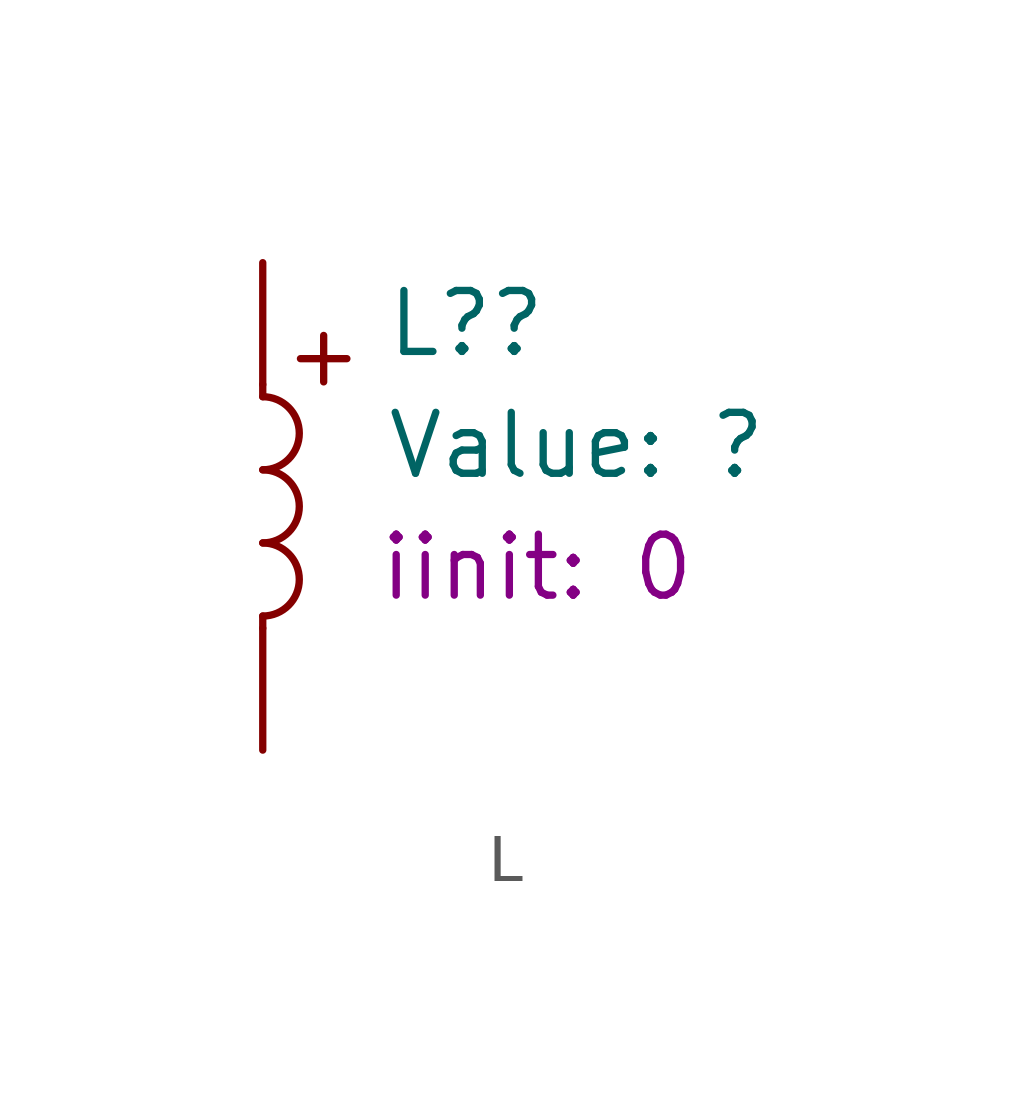
<source format=kicad_sym>
(kicad_symbol_lib
  (version 20241209)
  (generator "kicad_symbol_editor")
  (generator_version "9.0")
  (symbol "L"
    (pin_numbers
      (hide yes))
    (pin_names
      (offset 1.016)
      (hide yes))
    (property "Reference" "L?"
      (at 2.54 3.81 0)
      (effects (font (size 1.27 1.27)) (justify left)))
    (property "Value" "?"
      (at 2.54 1.27 0)
      (show_name)
      (effects (font (size 1.27 1.27)) (justify left)))
    (property "iinit" "0"
      (at 5.715 -1.27 0)
      (show_name)
      (effects (font (size 1.27 1.27))))
    (symbol "L_0_0"
      (text "+" (at 1.27 3.175 0) (effects (font (size 1.27 1.27)))))
    (symbol "L_0_1"
      (arc (start 0 2.286) (mid 0.759 1.524) (end 0 0.762) (stroke (width 0) (type solid)) (fill (type none)))
      (arc (start 0 0.762) (mid 0.759 0) (end 0 -0.762) (stroke (width 0) (type solid)) (fill (type none)))
      (arc (start 0 -0.762) (mid 0.759 -1.524) (end 0 -2.286) (stroke (width 0) (type solid)) (fill (type none)))
      (polyline (pts (xy 0 2.286) (xy 0 2.54)) (stroke (width 0) (type solid)) (fill (type none)))
      (polyline (pts (xy 0 -2.54) (xy 0 -2.286)) (stroke (width 0) (type solid)) (fill (type none))))
    (symbol "L_1_0"
      (pin passive line (at 0 5.08 270) (length 2.54) (name "1" (effects (font (size 1.27 1.27)))) (number "1" (effects (font (size 1.27 1.27)))))
      (pin passive line (at 0 -5.08 90) (length 2.54) (name "2" (effects (font (size 1.27 1.27)))) (number "2" (effects (font (size 1.27 1.27))))))))
</source>
